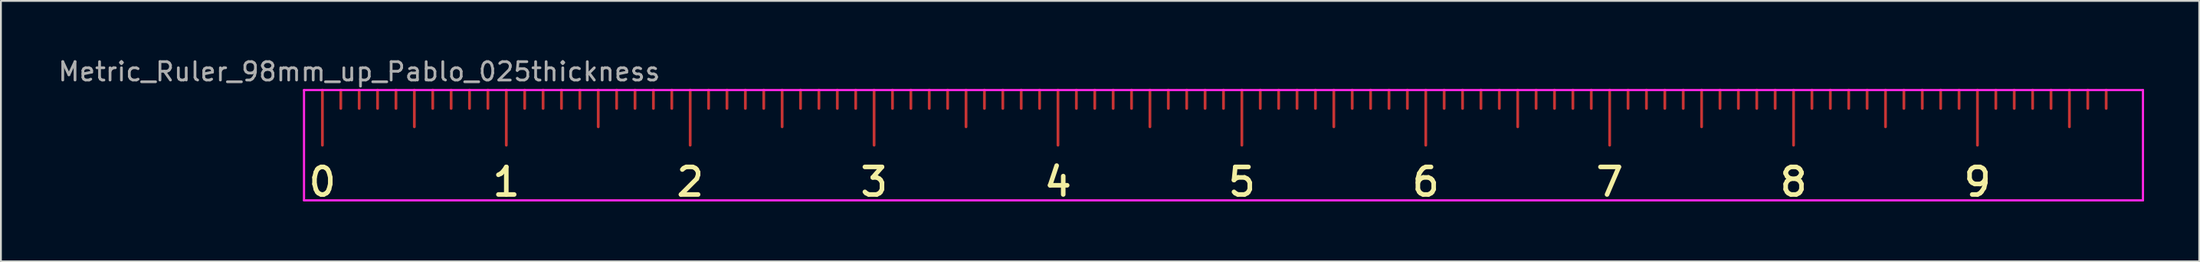
<source format=kicad_pcb>
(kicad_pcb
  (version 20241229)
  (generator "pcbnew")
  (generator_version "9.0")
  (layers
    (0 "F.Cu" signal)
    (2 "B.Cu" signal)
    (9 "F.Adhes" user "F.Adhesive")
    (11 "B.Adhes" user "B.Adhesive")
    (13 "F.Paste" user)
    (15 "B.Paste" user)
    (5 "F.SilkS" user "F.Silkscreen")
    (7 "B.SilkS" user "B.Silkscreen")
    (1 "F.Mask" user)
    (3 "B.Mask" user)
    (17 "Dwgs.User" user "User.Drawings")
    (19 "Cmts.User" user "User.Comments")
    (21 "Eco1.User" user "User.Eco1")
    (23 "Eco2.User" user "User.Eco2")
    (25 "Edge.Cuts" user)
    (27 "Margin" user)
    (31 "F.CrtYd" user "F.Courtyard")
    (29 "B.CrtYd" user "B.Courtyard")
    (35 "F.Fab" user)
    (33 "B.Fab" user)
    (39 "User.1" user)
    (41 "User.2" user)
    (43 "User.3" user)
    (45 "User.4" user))
  (footprint "Metric_Ruler_98mm_up_Pablo_025thickness"
    (layer "F.Cu")
    (at 14.482 1.848)
    (property "Reference" "Metric_Ruler_98mm_up_Pablo_025thickness" (at 2 -1 180) (layer "F.Fab") (effects (font (size 1 1) (thickness 0.15))))
    (attr through_hole)
    (fp_line (start 0 0) (end 0 3) (stroke (width 0.15) (type solid)) (layer "F.Cu"))
    (fp_line (start 1 0) (end 1 1) (stroke (width 0.15) (type solid)) (layer "F.Cu"))
    (fp_line (start 2 0) (end 2 1) (stroke (width 0.15) (type solid)) (layer "F.Cu"))
    (fp_line (start 3 0) (end 3 1) (stroke (width 0.15) (type solid)) (layer "F.Cu"))
    (fp_line (start 4 0) (end 4 1) (stroke (width 0.15) (type solid)) (layer "F.Cu"))
    (fp_line (start 5 0) (end 5 2) (stroke (width 0.15) (type solid)) (layer "F.Cu"))
    (fp_line (start 6 0) (end 6 1) (stroke (width 0.15) (type solid)) (layer "F.Cu"))
    (fp_line (start 7 0) (end 7 1) (stroke (width 0.15) (type solid)) (layer "F.Cu"))
    (fp_line (start 8 0) (end 8 1) (stroke (width 0.15) (type solid)) (layer "F.Cu"))
    (fp_line (start 9 0) (end 9 1) (stroke (width 0.15) (type solid)) (layer "F.Cu"))
    (fp_line (start 10 0) (end 10 3) (stroke (width 0.15) (type solid)) (layer "F.Cu"))
    (fp_line (start 11 0) (end 11 1) (stroke (width 0.15) (type solid)) (layer "F.Cu"))
    (fp_line (start 12 0) (end 12 1) (stroke (width 0.15) (type solid)) (layer "F.Cu"))
    (fp_line (start 13 0) (end 13 1) (stroke (width 0.15) (type solid)) (layer "F.Cu"))
    (fp_line (start 14 0) (end 14 1) (stroke (width 0.15) (type solid)) (layer "F.Cu"))
    (fp_line (start 15 0) (end 15 2) (stroke (width 0.15) (type solid)) (layer "F.Cu"))
    (fp_line (start 16 0) (end 16 1) (stroke (width 0.15) (type solid)) (layer "F.Cu"))
    (fp_line (start 17 0) (end 17 1) (stroke (width 0.15) (type solid)) (layer "F.Cu"))
    (fp_line (start 18 0) (end 18 1) (stroke (width 0.15) (type solid)) (layer "F.Cu"))
    (fp_line (start 19 0) (end 19 1) (stroke (width 0.15) (type solid)) (layer "F.Cu"))
    (fp_line (start 20 0) (end 20 3) (stroke (width 0.15) (type solid)) (layer "F.Cu"))
    (fp_line (start 21 0) (end 21 1) (stroke (width 0.15) (type solid)) (layer "F.Cu"))
    (fp_line (start 22 0) (end 22 1) (stroke (width 0.15) (type solid)) (layer "F.Cu"))
    (fp_line (start 23 0) (end 23 1) (stroke (width 0.15) (type solid)) (layer "F.Cu"))
    (fp_line (start 24 0) (end 24 1) (stroke (width 0.15) (type solid)) (layer "F.Cu"))
    (fp_line (start 25 0) (end 25 2) (stroke (width 0.15) (type solid)) (layer "F.Cu"))
    (fp_line (start 26 0) (end 26 1) (stroke (width 0.15) (type solid)) (layer "F.Cu"))
    (fp_line (start 27 0) (end 27 1) (stroke (width 0.15) (type solid)) (layer "F.Cu"))
    (fp_line (start 28 0) (end 28 1) (stroke (width 0.15) (type solid)) (layer "F.Cu"))
    (fp_line (start 29 0) (end 29 1) (stroke (width 0.15) (type solid)) (layer "F.Cu"))
    (fp_line (start 30 0) (end 30 3) (stroke (width 0.15) (type solid)) (layer "F.Cu"))
    (fp_line (start 31 0) (end 31 1) (stroke (width 0.15) (type solid)) (layer "F.Cu"))
    (fp_line (start 32 0) (end 32 1) (stroke (width 0.15) (type solid)) (layer "F.Cu"))
    (fp_line (start 33 0) (end 33 1) (stroke (width 0.15) (type solid)) (layer "F.Cu"))
    (fp_line (start 34 0) (end 34 1) (stroke (width 0.15) (type solid)) (layer "F.Cu"))
    (fp_line (start 35 0) (end 35 2) (stroke (width 0.15) (type solid)) (layer "F.Cu"))
    (fp_line (start 36 0) (end 36 1) (stroke (width 0.15) (type solid)) (layer "F.Cu"))
    (fp_line (start 37 0) (end 37 1) (stroke (width 0.15) (type solid)) (layer "F.Cu"))
    (fp_line (start 38 0) (end 38 1) (stroke (width 0.15) (type solid)) (layer "F.Cu"))
    (fp_line (start 39 0) (end 39 1) (stroke (width 0.15) (type solid)) (layer "F.Cu"))
    (fp_line (start 40 0) (end 40 3) (stroke (width 0.15) (type solid)) (layer "F.Cu"))
    (fp_line (start 41 0) (end 41 1) (stroke (width 0.15) (type solid)) (layer "F.Cu"))
    (fp_line (start 42 0) (end 42 1) (stroke (width 0.15) (type solid)) (layer "F.Cu"))
    (fp_line (start 43 0) (end 43 1) (stroke (width 0.15) (type solid)) (layer "F.Cu"))
    (fp_line (start 44 0) (end 44 1) (stroke (width 0.15) (type solid)) (layer "F.Cu"))
    (fp_line (start 45 0) (end 45 2) (stroke (width 0.15) (type solid)) (layer "F.Cu"))
    (fp_line (start 46 0) (end 46 1) (stroke (width 0.15) (type solid)) (layer "F.Cu"))
    (fp_line (start 47 0) (end 47 1) (stroke (width 0.15) (type solid)) (layer "F.Cu"))
    (fp_line (start 48 0) (end 48 1) (stroke (width 0.15) (type solid)) (layer "F.Cu"))
    (fp_line (start 49 0) (end 49 1) (stroke (width 0.15) (type solid)) (layer "F.Cu"))
    (fp_line (start 50 0) (end 50 3) (stroke (width 0.15) (type solid)) (layer "F.Cu"))
    (fp_line (start 51 0) (end 51 1) (stroke (width 0.15) (type solid)) (layer "F.Cu"))
    (fp_line (start 52 0) (end 52 1) (stroke (width 0.15) (type solid)) (layer "F.Cu"))
    (fp_line (start 53 0) (end 53 1) (stroke (width 0.15) (type solid)) (layer "F.Cu"))
    (fp_line (start 54 0) (end 54 1) (stroke (width 0.15) (type solid)) (layer "F.Cu"))
    (fp_line (start 55 0) (end 55 2) (stroke (width 0.15) (type solid)) (layer "F.Cu"))
    (fp_line (start 56 0) (end 56 1) (stroke (width 0.15) (type solid)) (layer "F.Cu"))
    (fp_line (start 57 0) (end 57 1) (stroke (width 0.15) (type solid)) (layer "F.Cu"))
    (fp_line (start 58 0) (end 58 1) (stroke (width 0.15) (type solid)) (layer "F.Cu"))
    (fp_line (start 59 0) (end 59 1) (stroke (width 0.15) (type solid)) (layer "F.Cu"))
    (fp_line (start 60 0) (end 60 3) (stroke (width 0.15) (type solid)) (layer "F.Cu"))
    (fp_line (start 61 0) (end 61 1) (stroke (width 0.15) (type solid)) (layer "F.Cu"))
    (fp_line (start 62 0) (end 62 1) (stroke (width 0.15) (type solid)) (layer "F.Cu"))
    (fp_line (start 63 0) (end 63 1) (stroke (width 0.15) (type solid)) (layer "F.Cu"))
    (fp_line (start 64 0) (end 64 1) (stroke (width 0.15) (type solid)) (layer "F.Cu"))
    (fp_line (start 65 0) (end 65 2) (stroke (width 0.15) (type solid)) (layer "F.Cu"))
    (fp_line (start 66 0) (end 66 1) (stroke (width 0.15) (type solid)) (layer "F.Cu"))
    (fp_line (start 67 0) (end 67 1) (stroke (width 0.15) (type solid)) (layer "F.Cu"))
    (fp_line (start 68 0) (end 68 1) (stroke (width 0.15) (type solid)) (layer "F.Cu"))
    (fp_line (start 69 0) (end 69 1) (stroke (width 0.15) (type solid)) (layer "F.Cu"))
    (fp_line (start 70 0) (end 70 3) (stroke (width 0.15) (type solid)) (layer "F.Cu"))
    (fp_line (start 71 0) (end 71 1) (stroke (width 0.15) (type solid)) (layer "F.Cu"))
    (fp_line (start 72 0) (end 72 1) (stroke (width 0.15) (type solid)) (layer "F.Cu"))
    (fp_line (start 73 0) (end 73 1) (stroke (width 0.15) (type solid)) (layer "F.Cu"))
    (fp_line (start 74 0) (end 74 1) (stroke (width 0.15) (type solid)) (layer "F.Cu"))
    (fp_line (start 75 0) (end 75 2) (stroke (width 0.15) (type solid)) (layer "F.Cu"))
    (fp_line (start 76 0) (end 76 1) (stroke (width 0.15) (type solid)) (layer "F.Cu"))
    (fp_line (start 77 0) (end 77 1) (stroke (width 0.15) (type solid)) (layer "F.Cu"))
    (fp_line (start 78 0) (end 78 1) (stroke (width 0.15) (type solid)) (layer "F.Cu"))
    (fp_line (start 79 0) (end 79 1) (stroke (width 0.15) (type solid)) (layer "F.Cu"))
    (fp_line (start 80 0) (end 80 3) (stroke (width 0.15) (type solid)) (layer "F.Cu"))
    (fp_line (start 81 0) (end 81 1) (stroke (width 0.15) (type solid)) (layer "F.Cu"))
    (fp_line (start 82 0) (end 82 1) (stroke (width 0.15) (type solid)) (layer "F.Cu"))
    (fp_line (start 83 0) (end 83 1) (stroke (width 0.15) (type solid)) (layer "F.Cu"))
    (fp_line (start 84 0) (end 84 1) (stroke (width 0.15) (type solid)) (layer "F.Cu"))
    (fp_line (start 85 0) (end 85 2) (stroke (width 0.15) (type solid)) (layer "F.Cu"))
    (fp_line (start 86 0) (end 86 1) (stroke (width 0.15) (type solid)) (layer "F.Cu"))
    (fp_line (start 87 0) (end 87 1) (stroke (width 0.15) (type solid)) (layer "F.Cu"))
    (fp_line (start 88 0) (end 88 1) (stroke (width 0.15) (type solid)) (layer "F.Cu"))
    (fp_line (start 89 0) (end 89 1) (stroke (width 0.15) (type solid)) (layer "F.Cu"))
    (fp_line (start 90 0) (end 90 3) (stroke (width 0.15) (type solid)) (layer "F.Cu"))
    (fp_line (start 91 0) (end 91 1) (stroke (width 0.15) (type solid)) (layer "F.Cu"))
    (fp_line (start 92 0) (end 92 1) (stroke (width 0.15) (type solid)) (layer "F.Cu"))
    (fp_line (start 93 0) (end 93 1) (stroke (width 0.15) (type solid)) (layer "F.Cu"))
    (fp_line (start 94 0) (end 94 1) (stroke (width 0.15) (type solid)) (layer "F.Cu"))
    (fp_line (start 95 0) (end 95 2) (stroke (width 0.15) (type solid)) (layer "F.Cu"))
    (fp_line (start 96 0) (end 96 1) (stroke (width 0.15) (type solid)) (layer "F.Cu"))
    (fp_line (start 97 0) (end 97 1) (stroke (width 0.15) (type solid)) (layer "F.Cu"))
    (fp_line (start 0 0) (end 0 3) (stroke (width 0.15) (type solid)) (layer "F.Mask"))
    (fp_line (start 1 0) (end 1 1) (stroke (width 0.15) (type solid)) (layer "F.Mask"))
    (fp_line (start 2 0) (end 2 1) (stroke (width 0.15) (type solid)) (layer "F.Mask"))
    (fp_line (start 3 0) (end 3 1) (stroke (width 0.15) (type solid)) (layer "F.Mask"))
    (fp_line (start 4 0) (end 4 1) (stroke (width 0.15) (type solid)) (layer "F.Mask"))
    (fp_line (start 5 0) (end 5 2) (stroke (width 0.15) (type solid)) (layer "F.Mask"))
    (fp_line (start 6 0) (end 6 1) (stroke (width 0.15) (type solid)) (layer "F.Mask"))
    (fp_line (start 7 0) (end 7 1) (stroke (width 0.15) (type solid)) (layer "F.Mask"))
    (fp_line (start 8 0) (end 8 1) (stroke (width 0.15) (type solid)) (layer "F.Mask"))
    (fp_line (start 9 0) (end 9 1) (stroke (width 0.15) (type solid)) (layer "F.Mask"))
    (fp_line (start 10 0) (end 10 3) (stroke (width 0.15) (type solid)) (layer "F.Mask"))
    (fp_line (start 11 0) (end 11 1) (stroke (width 0.15) (type solid)) (layer "F.Mask"))
    (fp_line (start 12 0) (end 12 1) (stroke (width 0.15) (type solid)) (layer "F.Mask"))
    (fp_line (start 13 0) (end 13 1) (stroke (width 0.15) (type solid)) (layer "F.Mask"))
    (fp_line (start 14 0) (end 14 1) (stroke (width 0.15) (type solid)) (layer "F.Mask"))
    (fp_line (start 15 0) (end 15 2) (stroke (width 0.15) (type solid)) (layer "F.Mask"))
    (fp_line (start 16 0) (end 16 1) (stroke (width 0.15) (type solid)) (layer "F.Mask"))
    (fp_line (start 17 0) (end 17 1) (stroke (width 0.15) (type solid)) (layer "F.Mask"))
    (fp_line (start 18 0) (end 18 1) (stroke (width 0.15) (type solid)) (layer "F.Mask"))
    (fp_line (start 19 0) (end 19 1) (stroke (width 0.15) (type solid)) (layer "F.Mask"))
    (fp_line (start 20 0) (end 20 3) (stroke (width 0.15) (type solid)) (layer "F.Mask"))
    (fp_line (start 21 0) (end 21 1) (stroke (width 0.15) (type solid)) (layer "F.Mask"))
    (fp_line (start 22 0) (end 22 1) (stroke (width 0.15) (type solid)) (layer "F.Mask"))
    (fp_line (start 23 0) (end 23 1) (stroke (width 0.15) (type solid)) (layer "F.Mask"))
    (fp_line (start 24 0) (end 24 1) (stroke (width 0.15) (type solid)) (layer "F.Mask"))
    (fp_line (start 25 0) (end 25 2) (stroke (width 0.15) (type solid)) (layer "F.Mask"))
    (fp_line (start 26 0) (end 26 1) (stroke (width 0.15) (type solid)) (layer "F.Mask"))
    (fp_line (start 27 0) (end 27 1) (stroke (width 0.15) (type solid)) (layer "F.Mask"))
    (fp_line (start 28 0) (end 28 1) (stroke (width 0.15) (type solid)) (layer "F.Mask"))
    (fp_line (start 29 0) (end 29 1) (stroke (width 0.15) (type solid)) (layer "F.Mask"))
    (fp_line (start 30 0) (end 30 3) (stroke (width 0.15) (type solid)) (layer "F.Mask"))
    (fp_line (start 31 0) (end 31 1) (stroke (width 0.15) (type solid)) (layer "F.Mask"))
    (fp_line (start 32 0) (end 32 1) (stroke (width 0.15) (type solid)) (layer "F.Mask"))
    (fp_line (start 33 0) (end 33 1) (stroke (width 0.15) (type solid)) (layer "F.Mask"))
    (fp_line (start 34 0) (end 34 1) (stroke (width 0.15) (type solid)) (layer "F.Mask"))
    (fp_line (start 35 0) (end 35 2) (stroke (width 0.15) (type solid)) (layer "F.Mask"))
    (fp_line (start 36 0) (end 36 1) (stroke (width 0.15) (type solid)) (layer "F.Mask"))
    (fp_line (start 37 0) (end 37 1) (stroke (width 0.15) (type solid)) (layer "F.Mask"))
    (fp_line (start 38 0) (end 38 1) (stroke (width 0.15) (type solid)) (layer "F.Mask"))
    (fp_line (start 39 0) (end 39 1) (stroke (width 0.15) (type solid)) (layer "F.Mask"))
    (fp_line (start 40 0) (end 40 3) (stroke (width 0.15) (type solid)) (layer "F.Mask"))
    (fp_line (start 41 0) (end 41 1) (stroke (width 0.15) (type solid)) (layer "F.Mask"))
    (fp_line (start 42 0) (end 42 1) (stroke (width 0.15) (type solid)) (layer "F.Mask"))
    (fp_line (start 43 0) (end 43 1) (stroke (width 0.15) (type solid)) (layer "F.Mask"))
    (fp_line (start 44 0) (end 44 1) (stroke (width 0.15) (type solid)) (layer "F.Mask"))
    (fp_line (start 45 0) (end 45 2) (stroke (width 0.15) (type solid)) (layer "F.Mask"))
    (fp_line (start 46 0) (end 46 1) (stroke (width 0.15) (type solid)) (layer "F.Mask"))
    (fp_line (start 47 0) (end 47 1) (stroke (width 0.15) (type solid)) (layer "F.Mask"))
    (fp_line (start 48 0) (end 48 1) (stroke (width 0.15) (type solid)) (layer "F.Mask"))
    (fp_line (start 49 0) (end 49 1) (stroke (width 0.15) (type solid)) (layer "F.Mask"))
    (fp_line (start 50 0) (end 50 3) (stroke (width 0.15) (type solid)) (layer "F.Mask"))
    (fp_line (start 51 0) (end 51 1) (stroke (width 0.15) (type solid)) (layer "F.Mask"))
    (fp_line (start 52 0) (end 52 1) (stroke (width 0.15) (type solid)) (layer "F.Mask"))
    (fp_line (start 53 0) (end 53 1) (stroke (width 0.15) (type solid)) (layer "F.Mask"))
    (fp_line (start 54 0) (end 54 1) (stroke (width 0.15) (type solid)) (layer "F.Mask"))
    (fp_line (start 55 0) (end 55 2) (stroke (width 0.15) (type solid)) (layer "F.Mask"))
    (fp_line (start 56 0) (end 56 1) (stroke (width 0.15) (type solid)) (layer "F.Mask"))
    (fp_line (start 57 0) (end 57 1) (stroke (width 0.15) (type solid)) (layer "F.Mask"))
    (fp_line (start 58 0) (end 58 1) (stroke (width 0.15) (type solid)) (layer "F.Mask"))
    (fp_line (start 59 0) (end 59 1) (stroke (width 0.15) (type solid)) (layer "F.Mask"))
    (fp_line (start 60 0) (end 60 3) (stroke (width 0.15) (type solid)) (layer "F.Mask"))
    (fp_line (start 61 0) (end 61 1) (stroke (width 0.15) (type solid)) (layer "F.Mask"))
    (fp_line (start 62 0) (end 62 1) (stroke (width 0.15) (type solid)) (layer "F.Mask"))
    (fp_line (start 63 0) (end 63 1) (stroke (width 0.15) (type solid)) (layer "F.Mask"))
    (fp_line (start 64 0) (end 64 1) (stroke (width 0.15) (type solid)) (layer "F.Mask"))
    (fp_line (start 65 0) (end 65 2) (stroke (width 0.15) (type solid)) (layer "F.Mask"))
    (fp_line (start 66 0) (end 66 1) (stroke (width 0.15) (type solid)) (layer "F.Mask"))
    (fp_line (start 67 0) (end 67 1) (stroke (width 0.15) (type solid)) (layer "F.Mask"))
    (fp_line (start 68 0) (end 68 1) (stroke (width 0.15) (type solid)) (layer "F.Mask"))
    (fp_line (start 69 0) (end 69 1) (stroke (width 0.15) (type solid)) (layer "F.Mask"))
    (fp_line (start 70 0) (end 70 3) (stroke (width 0.15) (type solid)) (layer "F.Mask"))
    (fp_line (start 71 0) (end 71 1) (stroke (width 0.15) (type solid)) (layer "F.Mask"))
    (fp_line (start 72 0) (end 72 1) (stroke (width 0.15) (type solid)) (layer "F.Mask"))
    (fp_line (start 73 0) (end 73 1) (stroke (width 0.15) (type solid)) (layer "F.Mask"))
    (fp_line (start 74 0) (end 74 1) (stroke (width 0.15) (type solid)) (layer "F.Mask"))
    (fp_line (start 75 0) (end 75 2) (stroke (width 0.15) (type solid)) (layer "F.Mask"))
    (fp_line (start 76 0) (end 76 1) (stroke (width 0.15) (type solid)) (layer "F.Mask"))
    (fp_line (start 77 0) (end 77 1) (stroke (width 0.15) (type solid)) (layer "F.Mask"))
    (fp_line (start 78 0) (end 78 1) (stroke (width 0.15) (type solid)) (layer "F.Mask"))
    (fp_line (start 79 0) (end 79 1) (stroke (width 0.15) (type solid)) (layer "F.Mask"))
    (fp_line (start 80 0) (end 80 3) (stroke (width 0.15) (type solid)) (layer "F.Mask"))
    (fp_line (start 81 0) (end 81 1) (stroke (width 0.15) (type solid)) (layer "F.Mask"))
    (fp_line (start 82 0) (end 82 1) (stroke (width 0.15) (type solid)) (layer "F.Mask"))
    (fp_line (start 83 0) (end 83 1) (stroke (width 0.15) (type solid)) (layer "F.Mask"))
    (fp_line (start 84 0) (end 84 1) (stroke (width 0.15) (type solid)) (layer "F.Mask"))
    (fp_line (start 85 0) (end 85 2) (stroke (width 0.15) (type solid)) (layer "F.Mask"))
    (fp_line (start 86 0) (end 86 1) (stroke (width 0.15) (type solid)) (layer "F.Mask"))
    (fp_line (start 87 0) (end 87 1) (stroke (width 0.15) (type solid)) (layer "F.Mask"))
    (fp_line (start 88 0) (end 88 1) (stroke (width 0.15) (type solid)) (layer "F.Mask"))
    (fp_line (start 89 0) (end 89 1) (stroke (width 0.15) (type solid)) (layer "F.Mask"))
    (fp_line (start 90 0) (end 90 3) (stroke (width 0.15) (type solid)) (layer "F.Mask"))
    (fp_line (start 90 3) (end 90 3) (stroke (width 0.15) (type solid)) (layer "F.Mask"))
    (fp_line (start 91 0) (end 91 1) (stroke (width 0.15) (type solid)) (layer "F.Mask"))
    (fp_line (start 92 0) (end 92 1) (stroke (width 0.15) (type solid)) (layer "F.Mask"))
    (fp_line (start 93 0) (end 93 1) (stroke (width 0.15) (type solid)) (layer "F.Mask"))
    (fp_line (start 94 0) (end 94 1) (stroke (width 0.15) (type solid)) (layer "F.Mask"))
    (fp_line (start 95 0) (end 95 2) (stroke (width 0.15) (type solid)) (layer "F.Mask"))
    (fp_line (start 96 0) (end 96 1) (stroke (width 0.15) (type solid)) (layer "F.Mask"))
    (fp_line (start 97 0) (end 97 1) (stroke (width 0.15) (type solid)) (layer "F.Mask"))
    (fp_line (start -1 0) (end 99 0) (stroke (width 0.12) (type solid)) (layer "F.CrtYd"))
    (fp_line (start -1 6) (end -1 0) (stroke (width 0.12) (type solid)) (layer "F.CrtYd"))
    (fp_line (start 99 0) (end 99 6) (stroke (width 0.12) (type solid)) (layer "F.CrtYd"))
    (fp_line (start 99 6) (end -1 6) (stroke (width 0.12) (type solid)) (layer "F.CrtYd"))
    (fp_text user "9" (at 90 5 0) (layer "F.SilkS") (effects (font (size 1.5 1.5) (thickness 0.25))))
    (fp_text user "2" (at 20 5 0) (layer "F.SilkS") (effects (font (size 1.5 1.5) (thickness 0.25))))
    (fp_text user "1" (at 10 5 0) (layer "F.SilkS") (effects (font (size 1.5 1.5) (thickness 0.25))))
    (fp_text user "3" (at 30 5 0) (layer "F.SilkS") (effects (font (size 1.5 1.5) (thickness 0.25))))
    (fp_text user "0" (at 0 5 0) (layer "F.SilkS") (effects (font (size 1.5 1.5) (thickness 0.25))))
    (fp_text user "5" (at 50 5 0) (layer "F.SilkS") (effects (font (size 1.5 1.5) (thickness 0.25))))
    (fp_text user "8" (at 80 5 0) (layer "F.SilkS") (effects (font (size 1.5 1.5) (thickness 0.25))))
    (fp_text user "6" (at 60 5 0) (layer "F.SilkS") (effects (font (size 1.5 1.5) (thickness 0.25))))
    (fp_text user "4" (at 40 5 0) (layer "F.SilkS") (effects (font (size 1.5 1.5) (thickness 0.25))))
    (fp_text user "7" (at 70 5 0) (layer "F.SilkS") (effects (font (size 1.5 1.5) (thickness 0.25)))))
  (gr_rect
    (start -3 -3)
    (end 116.542 11.165)
    (stroke (width 0.1) (type default))
    (fill no)
    (layer "Edge.Cuts")))
</source>
